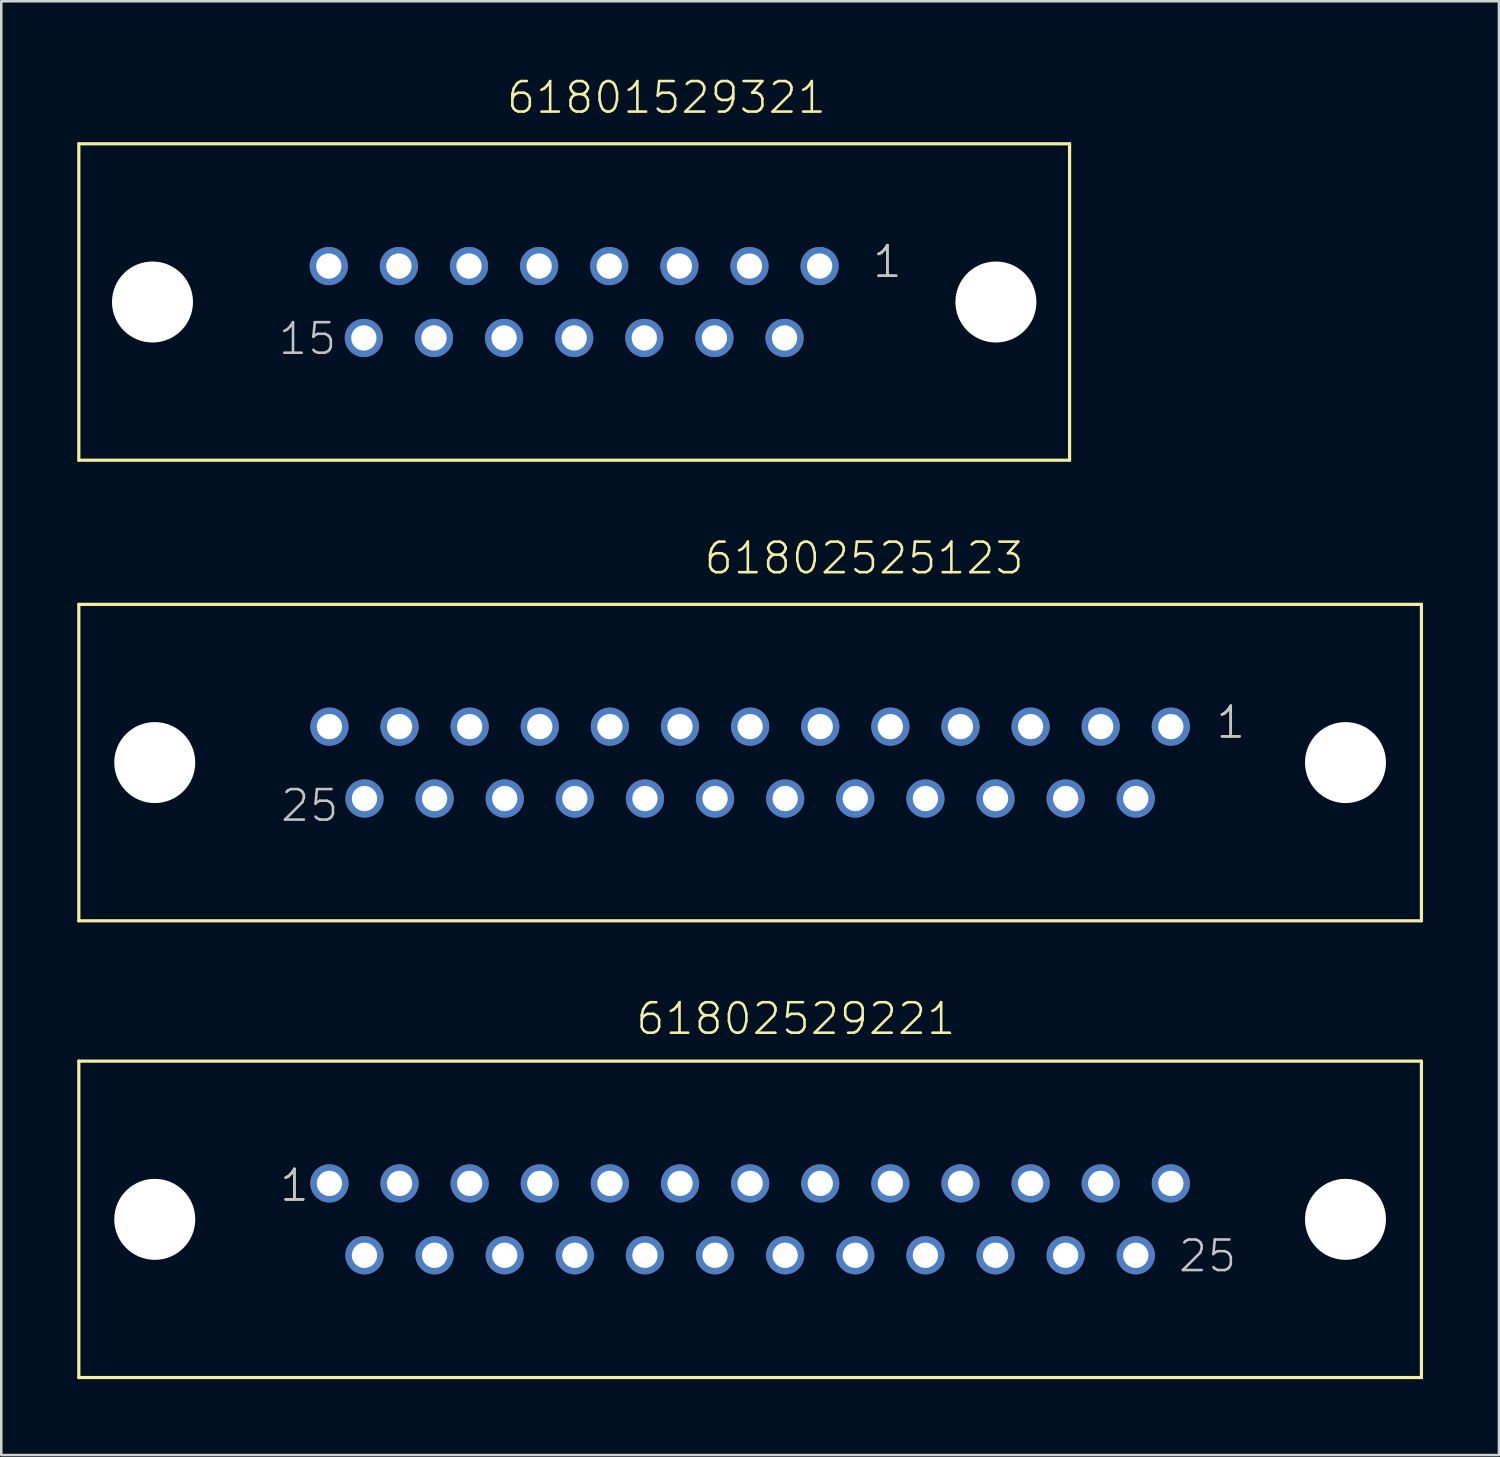
<source format=kicad_pcb>
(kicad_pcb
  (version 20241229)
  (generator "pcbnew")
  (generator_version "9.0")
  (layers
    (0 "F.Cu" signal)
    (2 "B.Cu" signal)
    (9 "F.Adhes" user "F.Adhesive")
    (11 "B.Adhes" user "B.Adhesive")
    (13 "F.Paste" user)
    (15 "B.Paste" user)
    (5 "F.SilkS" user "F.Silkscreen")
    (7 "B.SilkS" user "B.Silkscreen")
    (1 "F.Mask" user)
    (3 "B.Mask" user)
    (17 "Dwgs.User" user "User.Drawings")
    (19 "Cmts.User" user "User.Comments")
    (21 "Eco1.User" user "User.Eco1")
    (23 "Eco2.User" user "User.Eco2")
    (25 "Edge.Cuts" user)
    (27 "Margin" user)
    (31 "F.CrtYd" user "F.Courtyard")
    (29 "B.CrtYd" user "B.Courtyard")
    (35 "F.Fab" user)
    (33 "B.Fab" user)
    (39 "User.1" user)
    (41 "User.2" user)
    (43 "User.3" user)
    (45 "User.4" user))
  (footprint "61802525123"
    (layer "F.Cu")
    (at 26.584 27.076)
    (property "Reference" "61802525123" (at -1.88 -7.37 0) (layer "F.SilkS") (effects (font (size 1.206 1.206) (thickness 0.102)) (justify left bottom)))
    (attr through_hole)
    (fp_line (start -26.52 -6.25) (end 26.52 -6.25) (stroke (width 0.127) (type solid)) (layer "F.SilkS"))
    (fp_line (start -26.52 6.25) (end -26.52 -6.25) (stroke (width 0.127) (type solid)) (layer "F.SilkS"))
    (fp_line (start 26.52 -6.25) (end 26.52 6.25) (stroke (width 0.127) (type solid)) (layer "F.SilkS"))
    (fp_line (start 26.52 6.25) (end -26.52 6.25) (stroke (width 0.127) (type solid)) (layer "F.SilkS"))
    (fp_text user "1" (at 18.345 -0.885 0) (layer "F.SilkS") (effects (font (size 1.206 1.206) (thickness 0.102)) (justify left bottom)))
    (fp_text user "1" (at 18.345 -0.885 0) (layer "Dwgs.User") (effects (font (size 1.206 1.206) (thickness 0.102)) (justify left bottom)))
    (fp_text user "25" (at -18.615 2.405 0) (layer "Dwgs.User") (effects (font (size 1.206 1.206) (thickness 0.102)) (justify left bottom)))
    (pad "" np_thru_hole circle (at -23.52 0) (size 3.2 3.2) (drill 3.2) (layers "*.Cu"))
    (pad "" np_thru_hole circle (at 23.52 0) (size 3.2 3.2) (drill 3.2) (layers "*.Cu"))
    (pad "1" thru_hole circle (at 16.62 -1.42) (size 1.508 1.508) (drill 1) (layers "*.Cu" "*.Mask"))
    (pad "2" thru_hole circle (at 13.85 -1.42) (size 1.508 1.508) (drill 1) (layers "*.Cu" "*.Mask"))
    (pad "3" thru_hole circle (at 11.08 -1.42) (size 1.508 1.508) (drill 1) (layers "*.Cu" "*.Mask"))
    (pad "4" thru_hole circle (at 8.31 -1.42) (size 1.508 1.508) (drill 1) (layers "*.Cu" "*.Mask"))
    (pad "5" thru_hole circle (at 5.54 -1.42) (size 1.508 1.508) (drill 1) (layers "*.Cu" "*.Mask"))
    (pad "6" thru_hole circle (at 2.77 -1.42) (size 1.508 1.508) (drill 1) (layers "*.Cu" "*.Mask"))
    (pad "7" thru_hole circle (at 0 -1.42) (size 1.508 1.508) (drill 1) (layers "*.Cu" "*.Mask"))
    (pad "8" thru_hole circle (at -2.77 -1.42) (size 1.508 1.508) (drill 1) (layers "*.Cu" "*.Mask"))
    (pad "9" thru_hole circle (at -5.54 -1.42) (size 1.508 1.508) (drill 1) (layers "*.Cu" "*.Mask"))
    (pad "10" thru_hole circle (at -8.31 -1.42) (size 1.508 1.508) (drill 1) (layers "*.Cu" "*.Mask"))
    (pad "11" thru_hole circle (at -11.08 -1.42) (size 1.508 1.508) (drill 1) (layers "*.Cu" "*.Mask"))
    (pad "12" thru_hole circle (at -13.85 -1.42) (size 1.508 1.508) (drill 1) (layers "*.Cu" "*.Mask"))
    (pad "13" thru_hole circle (at -16.62 -1.42) (size 1.508 1.508) (drill 1) (layers "*.Cu" "*.Mask"))
    (pad "14" thru_hole circle (at 15.235 1.42) (size 1.508 1.508) (drill 1) (layers "*.Cu" "*.Mask"))
    (pad "15" thru_hole circle (at 12.465 1.42) (size 1.508 1.508) (drill 1) (layers "*.Cu" "*.Mask"))
    (pad "16" thru_hole circle (at 9.695 1.42) (size 1.508 1.508) (drill 1) (layers "*.Cu" "*.Mask"))
    (pad "17" thru_hole circle (at 6.925 1.42) (size 1.508 1.508) (drill 1) (layers "*.Cu" "*.Mask"))
    (pad "18" thru_hole circle (at 4.155 1.42) (size 1.508 1.508) (drill 1) (layers "*.Cu" "*.Mask"))
    (pad "19" thru_hole circle (at 1.385 1.42) (size 1.508 1.508) (drill 1) (layers "*.Cu" "*.Mask"))
    (pad "20" thru_hole circle (at -1.385 1.42) (size 1.508 1.508) (drill 1) (layers "*.Cu" "*.Mask"))
    (pad "21" thru_hole circle (at -4.155 1.42) (size 1.508 1.508) (drill 1) (layers "*.Cu" "*.Mask"))
    (pad "22" thru_hole circle (at -6.925 1.42) (size 1.508 1.508) (drill 1) (layers "*.Cu" "*.Mask"))
    (pad "23" thru_hole circle (at -9.695 1.42) (size 1.508 1.508) (drill 1) (layers "*.Cu" "*.Mask"))
    (pad "24" thru_hole circle (at -12.465 1.42) (size 1.508 1.508) (drill 1) (layers "*.Cu" "*.Mask"))
    (pad "25" thru_hole circle (at -15.235 1.42) (size 1.508 1.508) (drill 1) (layers "*.Cu" "*.Mask")))
  (footprint "61802529221"
    (layer "F.Cu")
    (at 26.584 45.121)
    (property "Reference" "61802529221" (at -4.58 -7.22 0) (layer "F.SilkS") (effects (font (size 1.206 1.206) (thickness 0.102)) (justify left bottom)))
    (attr through_hole)
    (fp_line (start -26.52 -6.25) (end 26.52 -6.25) (stroke (width 0.127) (type solid)) (layer "F.SilkS"))
    (fp_line (start -26.52 6.25) (end -26.52 -6.25) (stroke (width 0.127) (type solid)) (layer "F.SilkS"))
    (fp_line (start 26.52 -6.25) (end 26.52 6.25) (stroke (width 0.127) (type solid)) (layer "F.SilkS"))
    (fp_line (start 26.52 6.25) (end -26.52 6.25) (stroke (width 0.127) (type solid)) (layer "F.SilkS"))
    (fp_text user "1" (at -18.645 -0.635 0) (layer "F.SilkS") (effects (font (size 1.206 1.206) (thickness 0.102)) (justify left bottom)))
    (fp_text user "1" (at -18.645 -0.635 0) (layer "Dwgs.User") (effects (font (size 1.206 1.206) (thickness 0.102)) (justify left bottom)))
    (fp_text user "25" (at 16.855 2.155 0) (layer "Dwgs.User") (effects (font (size 1.206 1.206) (thickness 0.102)) (justify left bottom)))
    (pad "" np_thru_hole circle (at -23.52 0) (size 3.2 3.2) (drill 3.2) (layers "*.Cu"))
    (pad "" np_thru_hole circle (at 23.52 0) (size 3.2 3.2) (drill 3.2) (layers "*.Cu"))
    (pad "1" thru_hole circle (at -16.62 -1.42) (size 1.508 1.508) (drill 1) (layers "*.Cu" "*.Mask"))
    (pad "2" thru_hole circle (at -13.85 -1.42) (size 1.508 1.508) (drill 1) (layers "*.Cu" "*.Mask"))
    (pad "3" thru_hole circle (at -11.08 -1.42) (size 1.508 1.508) (drill 1) (layers "*.Cu" "*.Mask"))
    (pad "4" thru_hole circle (at -8.31 -1.42) (size 1.508 1.508) (drill 1) (layers "*.Cu" "*.Mask"))
    (pad "5" thru_hole circle (at -5.54 -1.42) (size 1.508 1.508) (drill 1) (layers "*.Cu" "*.Mask"))
    (pad "6" thru_hole circle (at -2.77 -1.42) (size 1.508 1.508) (drill 1) (layers "*.Cu" "*.Mask"))
    (pad "7" thru_hole circle (at 0 -1.42) (size 1.508 1.508) (drill 1) (layers "*.Cu" "*.Mask"))
    (pad "8" thru_hole circle (at 2.77 -1.42) (size 1.508 1.508) (drill 1) (layers "*.Cu" "*.Mask"))
    (pad "9" thru_hole circle (at 5.54 -1.42) (size 1.508 1.508) (drill 1) (layers "*.Cu" "*.Mask"))
    (pad "10" thru_hole circle (at 8.31 -1.42) (size 1.508 1.508) (drill 1) (layers "*.Cu" "*.Mask"))
    (pad "11" thru_hole circle (at 11.08 -1.42) (size 1.508 1.508) (drill 1) (layers "*.Cu" "*.Mask"))
    (pad "12" thru_hole circle (at 13.85 -1.42) (size 1.508 1.508) (drill 1) (layers "*.Cu" "*.Mask"))
    (pad "13" thru_hole circle (at 16.62 -1.42) (size 1.508 1.508) (drill 1) (layers "*.Cu" "*.Mask"))
    (pad "14" thru_hole circle (at -15.235 1.42) (size 1.508 1.508) (drill 1) (layers "*.Cu" "*.Mask"))
    (pad "15" thru_hole circle (at -12.465 1.42) (size 1.508 1.508) (drill 1) (layers "*.Cu" "*.Mask"))
    (pad "16" thru_hole circle (at -9.695 1.42) (size 1.508 1.508) (drill 1) (layers "*.Cu" "*.Mask"))
    (pad "17" thru_hole circle (at -6.925 1.42) (size 1.508 1.508) (drill 1) (layers "*.Cu" "*.Mask"))
    (pad "18" thru_hole circle (at -4.155 1.42) (size 1.508 1.508) (drill 1) (layers "*.Cu" "*.Mask"))
    (pad "19" thru_hole circle (at -1.385 1.42) (size 1.508 1.508) (drill 1) (layers "*.Cu" "*.Mask"))
    (pad "20" thru_hole circle (at 1.385 1.42) (size 1.508 1.508) (drill 1) (layers "*.Cu" "*.Mask"))
    (pad "21" thru_hole circle (at 4.155 1.42) (size 1.508 1.508) (drill 1) (layers "*.Cu" "*.Mask"))
    (pad "22" thru_hole circle (at 6.925 1.42) (size 1.508 1.508) (drill 1) (layers "*.Cu" "*.Mask"))
    (pad "23" thru_hole circle (at 9.695 1.42) (size 1.508 1.508) (drill 1) (layers "*.Cu" "*.Mask"))
    (pad "24" thru_hole circle (at 12.465 1.42) (size 1.508 1.508) (drill 1) (layers "*.Cu" "*.Mask"))
    (pad "25" thru_hole circle (at 15.235 1.42) (size 1.508 1.508) (drill 1) (layers "*.Cu" "*.Mask")))
  (footprint "61801529321"
    (layer "F.Cu")
    (at 19.634 8.881)
    (property "Reference" "61801529321" (at -2.74 -7.37 0) (layer "F.SilkS") (effects (font (size 1.206 1.206) (thickness 0.102)) (justify left bottom)))
    (attr through_hole)
    (fp_line (start -19.57 -6.25) (end 19.57 -6.25) (stroke (width 0.127) (type solid)) (layer "F.SilkS"))
    (fp_line (start -19.57 6.25) (end -19.57 -6.25) (stroke (width 0.127) (type solid)) (layer "F.SilkS"))
    (fp_line (start 19.57 -6.25) (end 19.57 6.25) (stroke (width 0.127) (type solid)) (layer "F.SilkS"))
    (fp_line (start 19.57 6.25) (end -19.57 6.25) (stroke (width 0.127) (type solid)) (layer "F.SilkS"))
    (fp_text user "1" (at 11.73 -0.885 0) (layer "F.SilkS") (effects (font (size 1.206 1.206) (thickness 0.102)) (justify left bottom)))
    (fp_text user "15" (at -11.75 2.155 0) (layer "Dwgs.User") (effects (font (size 1.206 1.206) (thickness 0.102)) (justify left bottom)))
    (fp_text user "1" (at 11.73 -0.885 0) (layer "Dwgs.User") (effects (font (size 1.206 1.206) (thickness 0.102)) (justify left bottom)))
    (pad "" np_thru_hole circle (at -16.66 0) (size 3.2 3.2) (drill 3.2) (layers "*.Cu"))
    (pad "" np_thru_hole circle (at 16.66 0) (size 3.2 3.2) (drill 3.2) (layers "*.Cu"))
    (pad "1" thru_hole circle (at 9.695 -1.42) (size 1.508 1.508) (drill 1) (layers "*.Cu" "*.Mask"))
    (pad "2" thru_hole circle (at 6.925 -1.42) (size 1.508 1.508) (drill 1) (layers "*.Cu" "*.Mask"))
    (pad "3" thru_hole circle (at 4.155 -1.42) (size 1.508 1.508) (drill 1) (layers "*.Cu" "*.Mask"))
    (pad "4" thru_hole circle (at 1.385 -1.42) (size 1.508 1.508) (drill 1) (layers "*.Cu" "*.Mask"))
    (pad "5" thru_hole circle (at -1.385 -1.42) (size 1.508 1.508) (drill 1) (layers "*.Cu" "*.Mask"))
    (pad "6" thru_hole circle (at -4.155 -1.42) (size 1.508 1.508) (drill 1) (layers "*.Cu" "*.Mask"))
    (pad "7" thru_hole circle (at -6.925 -1.42) (size 1.508 1.508) (drill 1) (layers "*.Cu" "*.Mask"))
    (pad "8" thru_hole circle (at -9.695 -1.42) (size 1.508 1.508) (drill 1) (layers "*.Cu" "*.Mask"))
    (pad "9" thru_hole circle (at 8.31 1.42) (size 1.508 1.508) (drill 1) (layers "*.Cu" "*.Mask"))
    (pad "10" thru_hole circle (at 5.54 1.42) (size 1.508 1.508) (drill 1) (layers "*.Cu" "*.Mask"))
    (pad "11" thru_hole circle (at 2.77 1.42) (size 1.508 1.508) (drill 1) (layers "*.Cu" "*.Mask"))
    (pad "12" thru_hole circle (at 0 1.42) (size 1.508 1.508) (drill 1) (layers "*.Cu" "*.Mask"))
    (pad "13" thru_hole circle (at -2.77 1.42) (size 1.508 1.508) (drill 1) (layers "*.Cu" "*.Mask"))
    (pad "14" thru_hole circle (at -5.54 1.42) (size 1.508 1.508) (drill 1) (layers "*.Cu" "*.Mask"))
    (pad "15" thru_hole circle (at -8.31 1.42) (size 1.508 1.508) (drill 1) (layers "*.Cu" "*.Mask")))
  (gr_rect
    (start -3 -3)
    (end 56.167 54.434)
    (stroke (width 0.1) (type default))
    (fill no)
    (layer "Edge.Cuts")))
</source>
